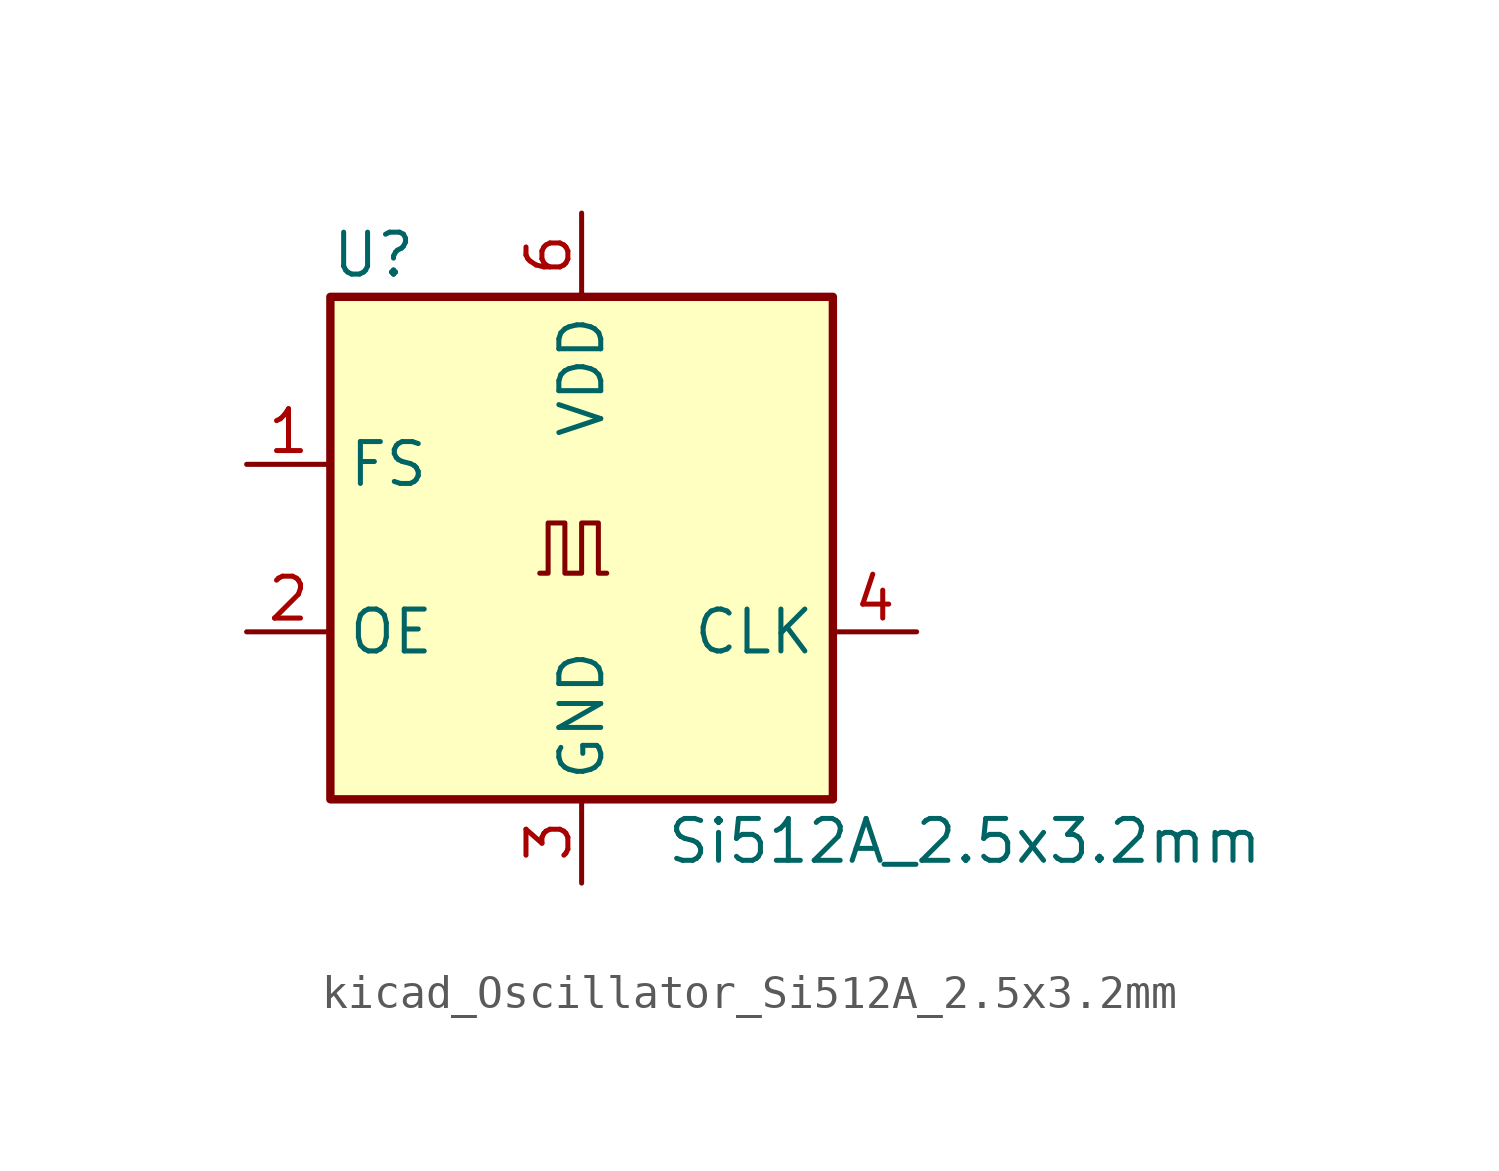
<source format=kicad_sym>
(kicad_symbol_lib
  (version 20220914)
  (generator kicad_symbol_editor)
  (symbol "kicad_Oscillator_Si512A_2.5x3.2mm"
    (property "Reference" "U"
      (at -7.62 8.89 0)
      (effects (font (size 1.27 1.27)) (justify left)))
    (property "Value" "Si512A_2.5x3.2mm"
      (at 2.54 -8.89 0)
      (effects (font (size 1.27 1.27)) (justify left)))
    (symbol "kicad_Oscillator_Si512A_2.5x3.2mm_0_1"
      (rectangle (start -7.62 7.62) (end 7.62 -7.62) (stroke (width 0.254) (type default)) (fill (type background)))
      (polyline (pts (xy -1.27 -0.762) (xy -1.016 -0.762) (xy -1.016 0.762) (xy -0.508 0.762) (xy -0.508 -0.762) (xy 0 -0.762) (xy 0 0.762) (xy 0.508 0.762) (xy 0.508 -0.762) (xy 0.762 -0.762)) (stroke (width 0) (type default)) (fill (type none))))
    (symbol "kicad_Oscillator_Si512A_2.5x3.2mm_1_1"
      (pin input line (at -10.16 2.54 0) (length 2.54) (name "FS" (effects (font (size 1.27 1.27)))) (number "1" (effects (font (size 1.27 1.27)))))
      (pin input line (at -10.16 -2.54 0) (length 2.54) (name "OE" (effects (font (size 1.27 1.27)))) (number "2" (effects (font (size 1.27 1.27)))))
      (pin power_in line (at 0 -10.16 90) (length 2.54) (name "GND" (effects (font (size 1.27 1.27)))) (number "3" (effects (font (size 1.27 1.27)))))
      (pin output line (at 10.16 -2.54 180) (length 2.54) (name "CLK" (effects (font (size 1.27 1.27)))) (number "4" (effects (font (size 1.27 1.27)))))
      (pin no_connect line (at 7.62 2.54 180) (length 2.54) hide (name "NC" (effects (font (size 1.27 1.27)))) (number "5" (effects (font (size 1.27 1.27)))))
      (pin power_in line (at 0 10.16 270) (length 2.54) (name "VDD" (effects (font (size 1.27 1.27)))) (number "6" (effects (font (size 1.27 1.27))))))))
</source>
